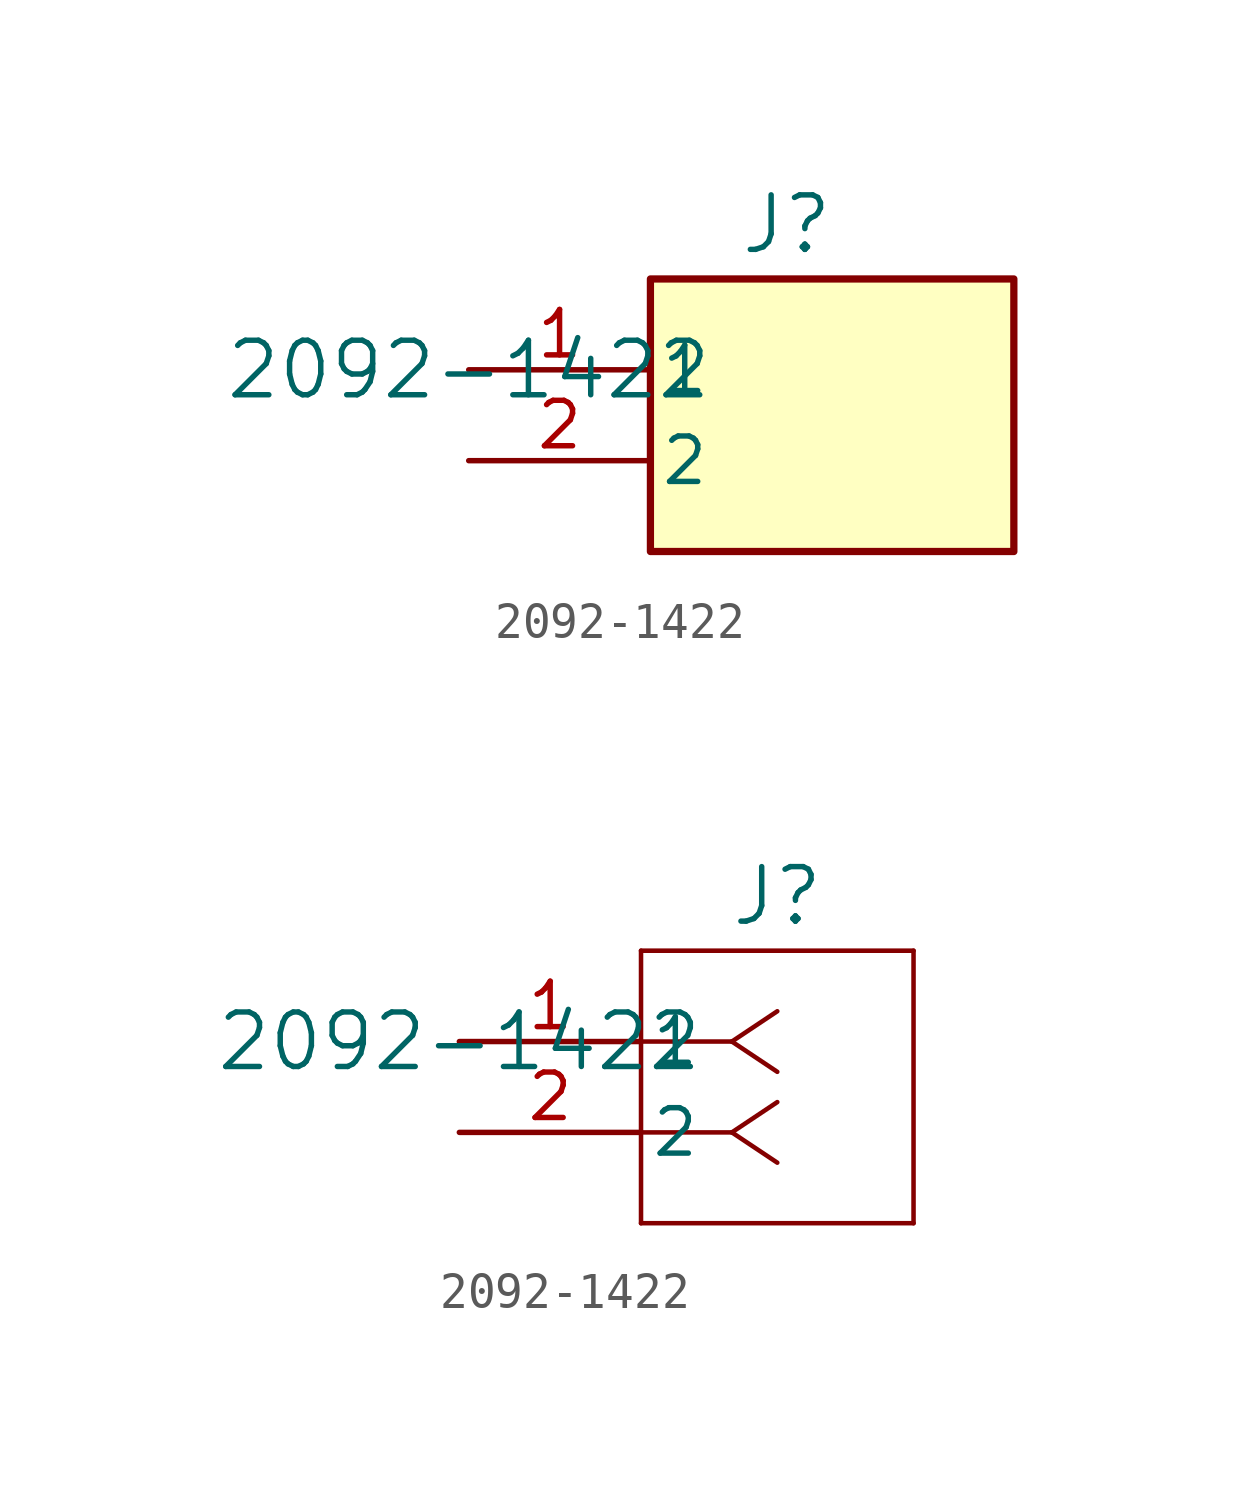
<source format=kicad_sym>
(kicad_symbol_lib
  (version 20231120)
  (generator "kicad_symbol_editor")
  (generator_version "8.0")
  (symbol "2092-1422"
    (pin_names
      (offset 0.254))
    (property "Reference" "J"
      (at 8.89 4.064 0)
      (effects (font (size 1.524 1.524))))
    (property "Value" "2092-1422"
      (at 0 0 0)
      (effects (font (size 1.524 1.524))))
    (symbol "2092-1422_1_1"
      (rectangle (start 5.08 2.54) (end 15.24 -5.08) (stroke (width 0.203) (type default)) (fill (type background)))
      (pin unspecified line (at 0 0 0) (length 5.08) (name "1" (effects (font (size 1.27 1.27)))) (number "1" (effects (font (size 1.27 1.27)))))
      (pin unspecified line (at 0 -2.54 0) (length 5.08) (name "2" (effects (font (size 1.27 1.27)))) (number "2" (effects (font (size 1.27 1.27))))))
    (symbol "2092-1422_1_2"
      (polyline (pts (xy 5.08 -5.08) (xy 12.7 -5.08)) (stroke (width 0.127) (type default)) (fill (type none)))
      (polyline (pts (xy 5.08 2.54) (xy 5.08 -5.08)) (stroke (width 0.127) (type default)) (fill (type none)))
      (polyline (pts (xy 7.62 -2.54) (xy 5.08 -2.54)) (stroke (width 0.127) (type default)) (fill (type none)))
      (polyline (pts (xy 7.62 -2.54) (xy 8.89 -3.387)) (stroke (width 0.127) (type default)) (fill (type none)))
      (polyline (pts (xy 7.62 -2.54) (xy 8.89 -1.693)) (stroke (width 0.127) (type default)) (fill (type none)))
      (polyline (pts (xy 7.62 0) (xy 5.08 0)) (stroke (width 0.127) (type default)) (fill (type none)))
      (polyline (pts (xy 7.62 0) (xy 8.89 -0.847)) (stroke (width 0.127) (type default)) (fill (type none)))
      (polyline (pts (xy 7.62 0) (xy 8.89 0.847)) (stroke (width 0.127) (type default)) (fill (type none)))
      (polyline (pts (xy 12.7 -5.08) (xy 12.7 2.54)) (stroke (width 0.127) (type default)) (fill (type none)))
      (polyline (pts (xy 12.7 2.54) (xy 5.08 2.54)) (stroke (width 0.127) (type default)) (fill (type none)))
      (pin unspecified line (at 0 0 0) (length 5.08) (name "1" (effects (font (size 1.27 1.27)))) (number "1" (effects (font (size 1.27 1.27)))))
      (pin unspecified line (at 0 -2.54 0) (length 5.08) (name "2" (effects (font (size 1.27 1.27)))) (number "2" (effects (font (size 1.27 1.27))))))))
</source>
